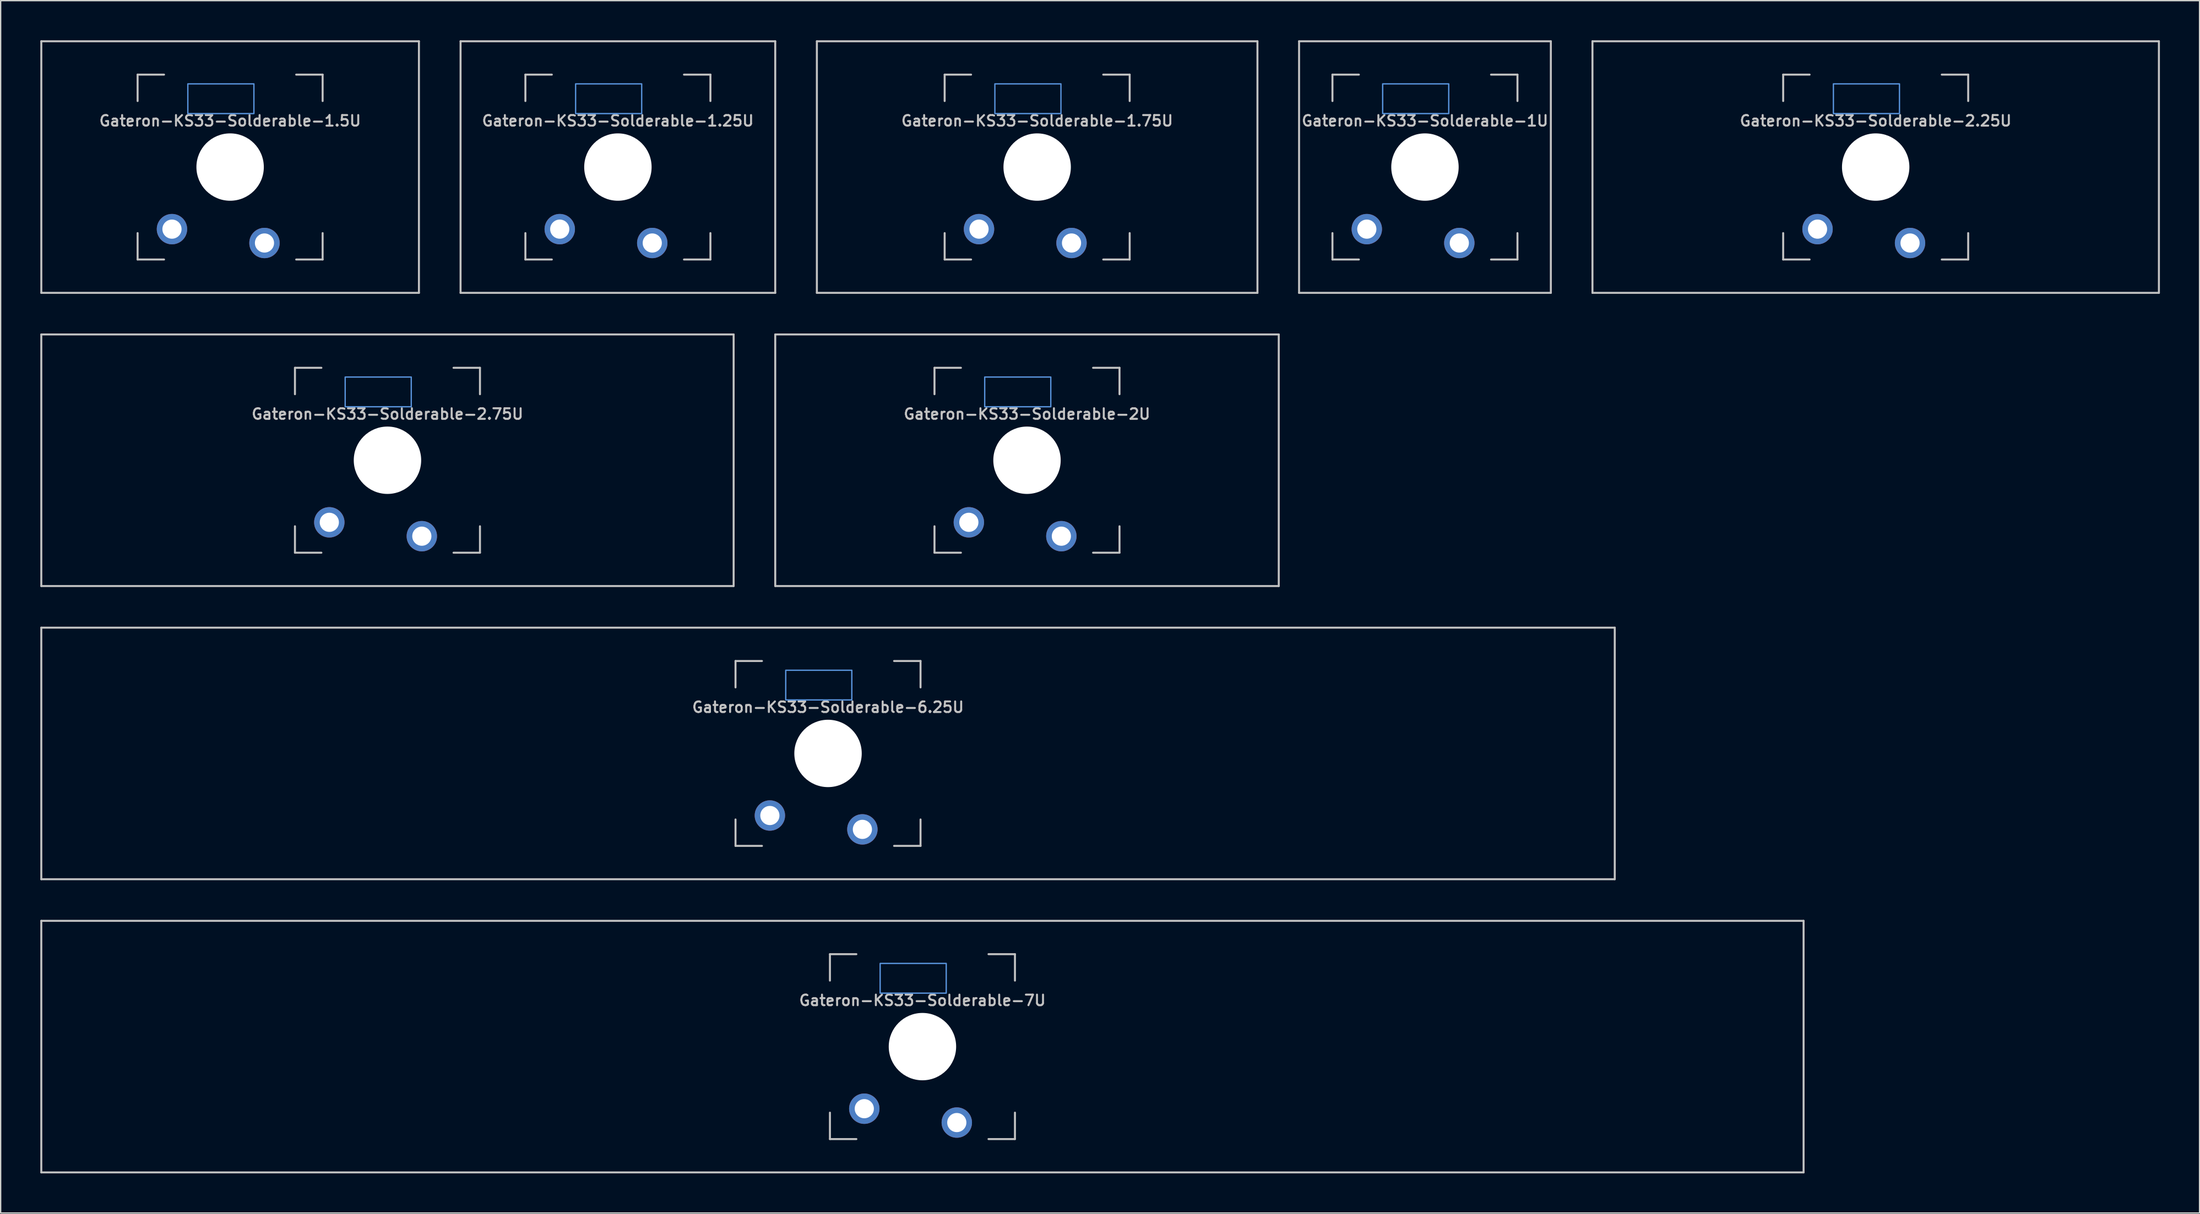
<source format=kicad_pcb>
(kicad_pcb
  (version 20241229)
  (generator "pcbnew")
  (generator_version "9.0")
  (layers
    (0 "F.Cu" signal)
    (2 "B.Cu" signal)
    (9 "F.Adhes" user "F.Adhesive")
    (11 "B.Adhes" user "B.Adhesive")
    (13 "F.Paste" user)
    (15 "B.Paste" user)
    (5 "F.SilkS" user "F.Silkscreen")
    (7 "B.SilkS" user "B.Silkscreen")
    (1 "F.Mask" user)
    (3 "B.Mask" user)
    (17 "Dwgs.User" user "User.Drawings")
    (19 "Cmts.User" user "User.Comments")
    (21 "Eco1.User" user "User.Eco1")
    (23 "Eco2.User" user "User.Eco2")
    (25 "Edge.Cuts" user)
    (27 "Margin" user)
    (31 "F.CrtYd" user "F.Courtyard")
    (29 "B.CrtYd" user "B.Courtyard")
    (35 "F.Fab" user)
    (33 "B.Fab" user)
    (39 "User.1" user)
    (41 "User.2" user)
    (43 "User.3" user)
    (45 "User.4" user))
  (footprint "Gateron-KS33-Solderable-2U"
    (layer "F.Cu")
    (at 74.662 31.8)
    (property "Reference" "Gateron-KS33-Solderable-2U" (at 0 -3.5 0) (layer "Dwgs.User") (effects (font (size 0.8 0.8) (thickness 0.15))))
    (attr through_hole)
    (fp_line (start -19.05 9.525) (end -19.05 -9.525) (stroke (width 0.15) (type solid)) (layer "Dwgs.User"))
    (fp_line (start -7 -7) (end -7 -5) (stroke (width 0.15) (type solid)) (layer "Dwgs.User"))
    (fp_line (start -7 5) (end -7 7) (stroke (width 0.15) (type solid)) (layer "Dwgs.User"))
    (fp_line (start -7 7) (end -5 7) (stroke (width 0.15) (type solid)) (layer "Dwgs.User"))
    (fp_line (start -5 -7) (end -7 -7) (stroke (width 0.15) (type solid)) (layer "Dwgs.User"))
    (fp_line (start 5 -7) (end 7 -7) (stroke (width 0.15) (type solid)) (layer "Dwgs.User"))
    (fp_line (start 5 7) (end 7 7) (stroke (width 0.15) (type solid)) (layer "Dwgs.User"))
    (fp_line (start 7 -7) (end 7 -5) (stroke (width 0.15) (type solid)) (layer "Dwgs.User"))
    (fp_line (start 7 7) (end 7 5) (stroke (width 0.15) (type solid)) (layer "Dwgs.User"))
    (fp_line (start 19.05 -9.525) (end -19.05 -9.525) (stroke (width 0.15) (type solid)) (layer "Dwgs.User"))
    (fp_line (start 19.05 9.525) (end -19.05 9.525) (stroke (width 0.15) (type solid)) (layer "Dwgs.User"))
    (fp_line (start 19.05 9.525) (end 19.05 -9.525) (stroke (width 0.15) (type solid)) (layer "Dwgs.User"))
    (fp_rect (start -3.2 -6.3) (end 1.8 -4.05) (stroke (width 0.1) (type default)) (fill no) (layer "Cmts.User"))
    (pad "" np_thru_hole circle (at 0 0 180) (size 5.1 5.1) (drill 5.1) (layers "*.Cu" "*.Mask"))
    (pad "1" thru_hole circle (at -4.4 4.7 180) (size 2.3 2.3) (drill 1.45) (layers "*.Cu" "B.Mask"))
    (pad "2" thru_hole circle (at 2.6 5.75 180) (size 2.3 2.3) (drill 1.45) (layers "*.Cu" "B.Mask")))
  (footprint "Gateron-KS33-Solderable-6.25U"
    (layer "F.Cu")
    (at 59.606 54)
    (property "Reference" "Gateron-KS33-Solderable-6.25U" (at 0 -3.5 0) (layer "Dwgs.User") (effects (font (size 0.8 0.8) (thickness 0.15))))
    (attr through_hole)
    (fp_line (start -59.531 9.525) (end -59.531 -9.525) (stroke (width 0.15) (type solid)) (layer "Dwgs.User"))
    (fp_line (start -7 -7) (end -7 -5) (stroke (width 0.15) (type solid)) (layer "Dwgs.User"))
    (fp_line (start -7 5) (end -7 7) (stroke (width 0.15) (type solid)) (layer "Dwgs.User"))
    (fp_line (start -7 7) (end -5 7) (stroke (width 0.15) (type solid)) (layer "Dwgs.User"))
    (fp_line (start -5 -7) (end -7 -7) (stroke (width 0.15) (type solid)) (layer "Dwgs.User"))
    (fp_line (start 5 -7) (end 7 -7) (stroke (width 0.15) (type solid)) (layer "Dwgs.User"))
    (fp_line (start 5 7) (end 7 7) (stroke (width 0.15) (type solid)) (layer "Dwgs.User"))
    (fp_line (start 7 -7) (end 7 -5) (stroke (width 0.15) (type solid)) (layer "Dwgs.User"))
    (fp_line (start 7 7) (end 7 5) (stroke (width 0.15) (type solid)) (layer "Dwgs.User"))
    (fp_line (start 59.531 -9.525) (end -59.531 -9.525) (stroke (width 0.15) (type solid)) (layer "Dwgs.User"))
    (fp_line (start 59.531 9.525) (end -59.531 9.525) (stroke (width 0.15) (type solid)) (layer "Dwgs.User"))
    (fp_line (start 59.531 9.525) (end 59.531 -9.525) (stroke (width 0.15) (type solid)) (layer "Dwgs.User"))
    (fp_rect (start -3.2 -6.3) (end 1.8 -4.05) (stroke (width 0.1) (type default)) (fill no) (layer "Cmts.User"))
    (pad "" np_thru_hole circle (at 0 0 180) (size 5.1 5.1) (drill 5.1) (layers "*.Cu" "*.Mask"))
    (pad "1" thru_hole circle (at -4.4 4.7 180) (size 2.3 2.3) (drill 1.45) (layers "*.Cu" "B.Mask"))
    (pad "2" thru_hole circle (at 2.6 5.75 180) (size 2.3 2.3) (drill 1.45) (layers "*.Cu" "B.Mask")))
  (footprint "Gateron-KS33-Solderable-1U"
    (layer "F.Cu")
    (at 104.775 9.6)
    (property "Reference" "Gateron-KS33-Solderable-1U" (at 0 -3.5 0) (layer "Dwgs.User") (effects (font (size 0.8 0.8) (thickness 0.15))))
    (attr through_hole)
    (fp_line (start -9.525 9.525) (end -9.525 -9.525) (stroke (width 0.15) (type solid)) (layer "Dwgs.User"))
    (fp_line (start -7 -7) (end -7 -5) (stroke (width 0.15) (type solid)) (layer "Dwgs.User"))
    (fp_line (start -7 5) (end -7 7) (stroke (width 0.15) (type solid)) (layer "Dwgs.User"))
    (fp_line (start -7 7) (end -5 7) (stroke (width 0.15) (type solid)) (layer "Dwgs.User"))
    (fp_line (start -5 -7) (end -7 -7) (stroke (width 0.15) (type solid)) (layer "Dwgs.User"))
    (fp_line (start 5 -7) (end 7 -7) (stroke (width 0.15) (type solid)) (layer "Dwgs.User"))
    (fp_line (start 5 7) (end 7 7) (stroke (width 0.15) (type solid)) (layer "Dwgs.User"))
    (fp_line (start 7 -7) (end 7 -5) (stroke (width 0.15) (type solid)) (layer "Dwgs.User"))
    (fp_line (start 7 7) (end 7 5) (stroke (width 0.15) (type solid)) (layer "Dwgs.User"))
    (fp_line (start 9.525 -9.525) (end -9.525 -9.525) (stroke (width 0.15) (type solid)) (layer "Dwgs.User"))
    (fp_line (start 9.525 9.525) (end -9.525 9.525) (stroke (width 0.15) (type solid)) (layer "Dwgs.User"))
    (fp_line (start 9.525 9.525) (end 9.525 -9.525) (stroke (width 0.15) (type solid)) (layer "Dwgs.User"))
    (fp_rect (start -3.2 -6.3) (end 1.8 -4.05) (stroke (width 0.1) (type default)) (fill no) (layer "Cmts.User"))
    (pad "" np_thru_hole circle (at 0 0 180) (size 5.1 5.1) (drill 5.1) (layers "*.Cu" "*.Mask"))
    (pad "1" thru_hole circle (at -4.4 4.7 180) (size 2.3 2.3) (drill 1.45) (layers "*.Cu" "B.Mask"))
    (pad "2" thru_hole circle (at 2.6 5.75 180) (size 2.3 2.3) (drill 1.45) (layers "*.Cu" "B.Mask")))
  (footprint "Gateron-KS33-Solderable-1.25U"
    (layer "F.Cu")
    (at 43.706 9.6)
    (property "Reference" "Gateron-KS33-Solderable-1.25U" (at 0 -3.5 0) (layer "Dwgs.User") (effects (font (size 0.8 0.8) (thickness 0.15))))
    (attr through_hole)
    (fp_line (start -11.906 9.525) (end -11.906 -9.525) (stroke (width 0.15) (type solid)) (layer "Dwgs.User"))
    (fp_line (start -7 -7) (end -7 -5) (stroke (width 0.15) (type solid)) (layer "Dwgs.User"))
    (fp_line (start -7 5) (end -7 7) (stroke (width 0.15) (type solid)) (layer "Dwgs.User"))
    (fp_line (start -7 7) (end -5 7) (stroke (width 0.15) (type solid)) (layer "Dwgs.User"))
    (fp_line (start -5 -7) (end -7 -7) (stroke (width 0.15) (type solid)) (layer "Dwgs.User"))
    (fp_line (start 5 -7) (end 7 -7) (stroke (width 0.15) (type solid)) (layer "Dwgs.User"))
    (fp_line (start 5 7) (end 7 7) (stroke (width 0.15) (type solid)) (layer "Dwgs.User"))
    (fp_line (start 7 -7) (end 7 -5) (stroke (width 0.15) (type solid)) (layer "Dwgs.User"))
    (fp_line (start 7 7) (end 7 5) (stroke (width 0.15) (type solid)) (layer "Dwgs.User"))
    (fp_line (start 11.906 -9.525) (end -11.906 -9.525) (stroke (width 0.15) (type solid)) (layer "Dwgs.User"))
    (fp_line (start 11.906 9.525) (end -11.906 9.525) (stroke (width 0.15) (type solid)) (layer "Dwgs.User"))
    (fp_line (start 11.906 9.525) (end 11.906 -9.525) (stroke (width 0.15) (type solid)) (layer "Dwgs.User"))
    (fp_rect (start -3.2 -6.3) (end 1.8 -4.05) (stroke (width 0.1) (type default)) (fill no) (layer "Cmts.User"))
    (pad "" np_thru_hole circle (at 0 0 180) (size 5.1 5.1) (drill 5.1) (layers "*.Cu" "*.Mask"))
    (pad "1" thru_hole circle (at -4.4 4.7 180) (size 2.3 2.3) (drill 1.45) (layers "*.Cu" "B.Mask"))
    (pad "2" thru_hole circle (at 2.6 5.75 180) (size 2.3 2.3) (drill 1.45) (layers "*.Cu" "B.Mask")))
  (footprint "Gateron-KS33-Solderable-2.25U"
    (layer "F.Cu")
    (at 138.881 9.6)
    (property "Reference" "Gateron-KS33-Solderable-2.25U" (at 0 -3.5 0) (layer "Dwgs.User") (effects (font (size 0.8 0.8) (thickness 0.15))))
    (attr through_hole)
    (fp_line (start -21.431 9.525) (end -21.431 -9.525) (stroke (width 0.15) (type solid)) (layer "Dwgs.User"))
    (fp_line (start -7 -7) (end -7 -5) (stroke (width 0.15) (type solid)) (layer "Dwgs.User"))
    (fp_line (start -7 5) (end -7 7) (stroke (width 0.15) (type solid)) (layer "Dwgs.User"))
    (fp_line (start -7 7) (end -5 7) (stroke (width 0.15) (type solid)) (layer "Dwgs.User"))
    (fp_line (start -5 -7) (end -7 -7) (stroke (width 0.15) (type solid)) (layer "Dwgs.User"))
    (fp_line (start 5 -7) (end 7 -7) (stroke (width 0.15) (type solid)) (layer "Dwgs.User"))
    (fp_line (start 5 7) (end 7 7) (stroke (width 0.15) (type solid)) (layer "Dwgs.User"))
    (fp_line (start 7 -7) (end 7 -5) (stroke (width 0.15) (type solid)) (layer "Dwgs.User"))
    (fp_line (start 7 7) (end 7 5) (stroke (width 0.15) (type solid)) (layer "Dwgs.User"))
    (fp_line (start 21.431 -9.525) (end -21.431 -9.525) (stroke (width 0.15) (type solid)) (layer "Dwgs.User"))
    (fp_line (start 21.431 9.525) (end -21.431 9.525) (stroke (width 0.15) (type solid)) (layer "Dwgs.User"))
    (fp_line (start 21.431 9.525) (end 21.431 -9.525) (stroke (width 0.15) (type solid)) (layer "Dwgs.User"))
    (fp_rect (start -3.2 -6.3) (end 1.8 -4.05) (stroke (width 0.1) (type default)) (fill no) (layer "Cmts.User"))
    (pad "" np_thru_hole circle (at 0 0 180) (size 5.1 5.1) (drill 5.1) (layers "*.Cu" "*.Mask"))
    (pad "1" thru_hole circle (at -4.4 4.7 180) (size 2.3 2.3) (drill 1.45) (layers "*.Cu" "B.Mask"))
    (pad "2" thru_hole circle (at 2.6 5.75 180) (size 2.3 2.3) (drill 1.45) (layers "*.Cu" "B.Mask")))
  (footprint "Gateron-KS33-Solderable-2.75U"
    (layer "F.Cu")
    (at 26.269 31.8)
    (property "Reference" "Gateron-KS33-Solderable-2.75U" (at 0 -3.5 0) (layer "Dwgs.User") (effects (font (size 0.8 0.8) (thickness 0.15))))
    (attr through_hole)
    (fp_line (start -26.194 9.525) (end -26.194 -9.525) (stroke (width 0.15) (type solid)) (layer "Dwgs.User"))
    (fp_line (start -7 -7) (end -7 -5) (stroke (width 0.15) (type solid)) (layer "Dwgs.User"))
    (fp_line (start -7 5) (end -7 7) (stroke (width 0.15) (type solid)) (layer "Dwgs.User"))
    (fp_line (start -7 7) (end -5 7) (stroke (width 0.15) (type solid)) (layer "Dwgs.User"))
    (fp_line (start -5 -7) (end -7 -7) (stroke (width 0.15) (type solid)) (layer "Dwgs.User"))
    (fp_line (start 5 -7) (end 7 -7) (stroke (width 0.15) (type solid)) (layer "Dwgs.User"))
    (fp_line (start 5 7) (end 7 7) (stroke (width 0.15) (type solid)) (layer "Dwgs.User"))
    (fp_line (start 7 -7) (end 7 -5) (stroke (width 0.15) (type solid)) (layer "Dwgs.User"))
    (fp_line (start 7 7) (end 7 5) (stroke (width 0.15) (type solid)) (layer "Dwgs.User"))
    (fp_line (start 26.194 -9.525) (end -26.194 -9.525) (stroke (width 0.15) (type solid)) (layer "Dwgs.User"))
    (fp_line (start 26.194 9.525) (end -26.194 9.525) (stroke (width 0.15) (type solid)) (layer "Dwgs.User"))
    (fp_line (start 26.194 9.525) (end 26.194 -9.525) (stroke (width 0.15) (type solid)) (layer "Dwgs.User"))
    (fp_rect (start -3.2 -6.3) (end 1.8 -4.05) (stroke (width 0.1) (type default)) (fill no) (layer "Cmts.User"))
    (pad "" np_thru_hole circle (at 0 0 180) (size 5.1 5.1) (drill 5.1) (layers "*.Cu" "*.Mask"))
    (pad "1" thru_hole circle (at -4.4 4.7 180) (size 2.3 2.3) (drill 1.45) (layers "*.Cu" "B.Mask"))
    (pad "2" thru_hole circle (at 2.6 5.75 180) (size 2.3 2.3) (drill 1.45) (layers "*.Cu" "B.Mask")))
  (footprint "Gateron-KS33-Solderable-1.5U"
    (layer "F.Cu")
    (at 14.363 9.6)
    (property "Reference" "Gateron-KS33-Solderable-1.5U" (at 0 -3.5 0) (layer "Dwgs.User") (effects (font (size 0.8 0.8) (thickness 0.15))))
    (attr through_hole)
    (fp_line (start -14.287 9.525) (end -14.287 -9.525) (stroke (width 0.15) (type solid)) (layer "Dwgs.User"))
    (fp_line (start -7 -7) (end -7 -5) (stroke (width 0.15) (type solid)) (layer "Dwgs.User"))
    (fp_line (start -7 5) (end -7 7) (stroke (width 0.15) (type solid)) (layer "Dwgs.User"))
    (fp_line (start -7 7) (end -5 7) (stroke (width 0.15) (type solid)) (layer "Dwgs.User"))
    (fp_line (start -5 -7) (end -7 -7) (stroke (width 0.15) (type solid)) (layer "Dwgs.User"))
    (fp_line (start 5 -7) (end 7 -7) (stroke (width 0.15) (type solid)) (layer "Dwgs.User"))
    (fp_line (start 5 7) (end 7 7) (stroke (width 0.15) (type solid)) (layer "Dwgs.User"))
    (fp_line (start 7 -7) (end 7 -5) (stroke (width 0.15) (type solid)) (layer "Dwgs.User"))
    (fp_line (start 7 7) (end 7 5) (stroke (width 0.15) (type solid)) (layer "Dwgs.User"))
    (fp_line (start 14.287 -9.525) (end -14.287 -9.525) (stroke (width 0.15) (type solid)) (layer "Dwgs.User"))
    (fp_line (start 14.287 9.525) (end -14.287 9.525) (stroke (width 0.15) (type solid)) (layer "Dwgs.User"))
    (fp_line (start 14.287 9.525) (end 14.287 -9.525) (stroke (width 0.15) (type solid)) (layer "Dwgs.User"))
    (fp_rect (start -3.2 -6.3) (end 1.8 -4.05) (stroke (width 0.1) (type default)) (fill no) (layer "Cmts.User"))
    (pad "" np_thru_hole circle (at 0 0 180) (size 5.1 5.1) (drill 5.1) (layers "*.Cu" "*.Mask"))
    (pad "1" thru_hole circle (at -4.4 4.7 180) (size 2.3 2.3) (drill 1.45) (layers "*.Cu" "B.Mask"))
    (pad "2" thru_hole circle (at 2.6 5.75 180) (size 2.3 2.3) (drill 1.45) (layers "*.Cu" "B.Mask")))
  (footprint "Gateron-KS33-Solderable-1.75U"
    (layer "F.Cu")
    (at 75.431 9.6)
    (property "Reference" "Gateron-KS33-Solderable-1.75U" (at 0 -3.5 0) (layer "Dwgs.User") (effects (font (size 0.8 0.8) (thickness 0.15))))
    (attr through_hole)
    (fp_line (start -16.669 9.525) (end -16.669 -9.525) (stroke (width 0.15) (type solid)) (layer "Dwgs.User"))
    (fp_line (start -7 -7) (end -7 -5) (stroke (width 0.15) (type solid)) (layer "Dwgs.User"))
    (fp_line (start -7 5) (end -7 7) (stroke (width 0.15) (type solid)) (layer "Dwgs.User"))
    (fp_line (start -7 7) (end -5 7) (stroke (width 0.15) (type solid)) (layer "Dwgs.User"))
    (fp_line (start -5 -7) (end -7 -7) (stroke (width 0.15) (type solid)) (layer "Dwgs.User"))
    (fp_line (start 5 -7) (end 7 -7) (stroke (width 0.15) (type solid)) (layer "Dwgs.User"))
    (fp_line (start 5 7) (end 7 7) (stroke (width 0.15) (type solid)) (layer "Dwgs.User"))
    (fp_line (start 7 -7) (end 7 -5) (stroke (width 0.15) (type solid)) (layer "Dwgs.User"))
    (fp_line (start 7 7) (end 7 5) (stroke (width 0.15) (type solid)) (layer "Dwgs.User"))
    (fp_line (start 16.669 -9.525) (end -16.669 -9.525) (stroke (width 0.15) (type solid)) (layer "Dwgs.User"))
    (fp_line (start 16.669 9.525) (end -16.669 9.525) (stroke (width 0.15) (type solid)) (layer "Dwgs.User"))
    (fp_line (start 16.669 9.525) (end 16.669 -9.525) (stroke (width 0.15) (type solid)) (layer "Dwgs.User"))
    (fp_rect (start -3.2 -6.3) (end 1.8 -4.05) (stroke (width 0.1) (type default)) (fill no) (layer "Cmts.User"))
    (pad "" np_thru_hole circle (at 0 0 180) (size 5.1 5.1) (drill 5.1) (layers "*.Cu" "*.Mask"))
    (pad "1" thru_hole circle (at -4.4 4.7 180) (size 2.3 2.3) (drill 1.45) (layers "*.Cu" "B.Mask"))
    (pad "2" thru_hole circle (at 2.6 5.75 180) (size 2.3 2.3) (drill 1.45) (layers "*.Cu" "B.Mask")))
  (footprint "Gateron-KS33-Solderable-7U"
    (layer "F.Cu")
    (at 66.75 76.2)
    (property "Reference" "Gateron-KS33-Solderable-7U" (at 0 -3.5 0) (layer "Dwgs.User") (effects (font (size 0.8 0.8) (thickness 0.15))))
    (attr through_hole)
    (fp_line (start -66.675 9.525) (end -66.675 -9.525) (stroke (width 0.15) (type solid)) (layer "Dwgs.User"))
    (fp_line (start -7 -7) (end -7 -5) (stroke (width 0.15) (type solid)) (layer "Dwgs.User"))
    (fp_line (start -7 5) (end -7 7) (stroke (width 0.15) (type solid)) (layer "Dwgs.User"))
    (fp_line (start -7 7) (end -5 7) (stroke (width 0.15) (type solid)) (layer "Dwgs.User"))
    (fp_line (start -5 -7) (end -7 -7) (stroke (width 0.15) (type solid)) (layer "Dwgs.User"))
    (fp_line (start 5 -7) (end 7 -7) (stroke (width 0.15) (type solid)) (layer "Dwgs.User"))
    (fp_line (start 5 7) (end 7 7) (stroke (width 0.15) (type solid)) (layer "Dwgs.User"))
    (fp_line (start 7 -7) (end 7 -5) (stroke (width 0.15) (type solid)) (layer "Dwgs.User"))
    (fp_line (start 7 7) (end 7 5) (stroke (width 0.15) (type solid)) (layer "Dwgs.User"))
    (fp_line (start 66.675 -9.525) (end -66.675 -9.525) (stroke (width 0.15) (type solid)) (layer "Dwgs.User"))
    (fp_line (start 66.675 9.525) (end -66.675 9.525) (stroke (width 0.15) (type solid)) (layer "Dwgs.User"))
    (fp_line (start 66.675 9.525) (end 66.675 -9.525) (stroke (width 0.15) (type solid)) (layer "Dwgs.User"))
    (fp_rect (start -3.2 -6.3) (end 1.8 -4.05) (stroke (width 0.1) (type default)) (fill no) (layer "Cmts.User"))
    (pad "" np_thru_hole circle (at 0 0 180) (size 5.1 5.1) (drill 5.1) (layers "*.Cu" "*.Mask"))
    (pad "1" thru_hole circle (at -4.4 4.7 180) (size 2.3 2.3) (drill 1.45) (layers "*.Cu" "B.Mask"))
    (pad "2" thru_hole circle (at 2.6 5.75 180) (size 2.3 2.3) (drill 1.45) (layers "*.Cu" "B.Mask")))
  (gr_rect
    (start -3 -3)
    (end 163.387 88.8)
    (stroke (width 0.1) (type default))
    (fill no)
    (layer "Edge.Cuts")))
</source>
